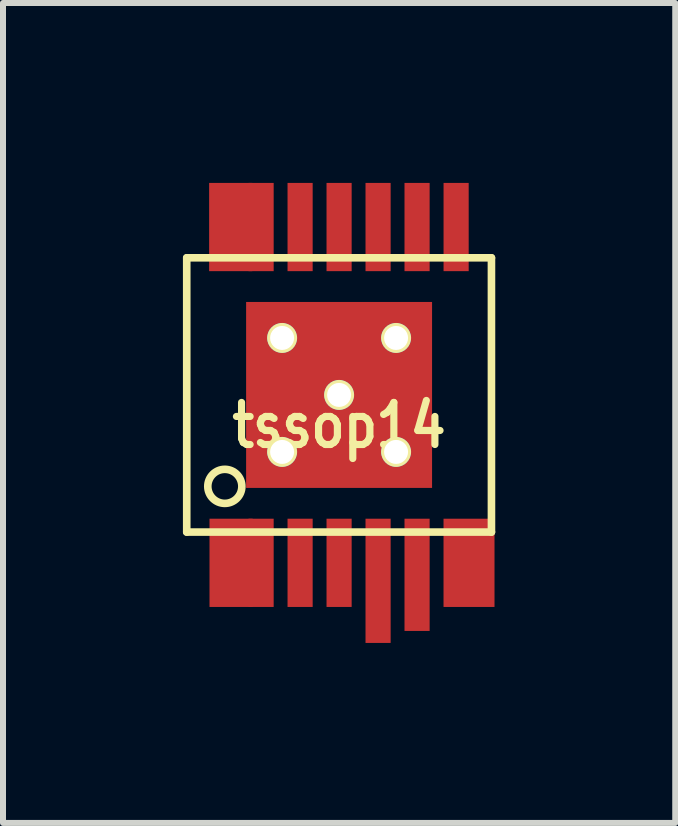
<source format=kicad_pcb>
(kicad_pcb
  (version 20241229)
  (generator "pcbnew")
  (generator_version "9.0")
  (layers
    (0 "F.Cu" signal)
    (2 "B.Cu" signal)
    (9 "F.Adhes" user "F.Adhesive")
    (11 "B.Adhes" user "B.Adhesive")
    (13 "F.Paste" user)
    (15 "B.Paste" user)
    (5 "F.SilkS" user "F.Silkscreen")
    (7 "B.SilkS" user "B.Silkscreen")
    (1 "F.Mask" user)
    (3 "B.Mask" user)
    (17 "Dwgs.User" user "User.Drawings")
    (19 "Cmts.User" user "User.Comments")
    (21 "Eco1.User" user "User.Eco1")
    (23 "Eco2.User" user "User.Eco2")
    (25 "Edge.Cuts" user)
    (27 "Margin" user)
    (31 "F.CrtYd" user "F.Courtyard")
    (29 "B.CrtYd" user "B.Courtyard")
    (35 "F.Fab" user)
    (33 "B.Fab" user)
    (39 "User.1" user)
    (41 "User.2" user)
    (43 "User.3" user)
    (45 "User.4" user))
  (footprint "tssop14"
    (layer "F.Cu")
    (at 2.603 3.534)
    (property "Reference" "tssop14" (at 0 0.508 0) (layer "F.SilkS") (effects (font (size 0.701 0.599) (thickness 0.119))))
    (attr smd)
    (fp_line (start -2.54 -2.286) (end -2.54 2.286) (stroke (width 0.127) (type solid)) (layer "F.SilkS"))
    (fp_line (start -2.54 2.286) (end 2.54 2.286) (stroke (width 0.127) (type solid)) (layer "F.SilkS"))
    (fp_line (start 2.54 -2.286) (end -2.54 -2.286) (stroke (width 0.127) (type solid)) (layer "F.SilkS"))
    (fp_line (start 2.54 2.286) (end 2.54 -2.286) (stroke (width 0.127) (type solid)) (layer "F.SilkS"))
    (fp_circle (center -1.905 1.524) (end -2.032 1.778) (stroke (width 0.127) (type solid)) (fill no) (layer "F.SilkS"))
    (pad "" thru_hole circle (at -0.95 -0.95) (size 0.5 0.5) (drill 0.4) (layers "*.Cu" "*.Mask" "F.SilkS"))
    (pad "" thru_hole circle (at -0.95 0.95) (size 0.5 0.5) (drill 0.4) (layers "*.Cu" "*.Mask" "F.SilkS"))
    (pad "" thru_hole circle (at 0 0) (size 0.5 0.5) (drill 0.4) (layers "*.Cu" "*.Mask" "F.SilkS"))
    (pad "" smd rect (at 0 0) (size 3.1 3.1) (layers "F.Cu" "F.Mask" "F.Paste"))
    (pad "" thru_hole circle (at 0.95 -0.95) (size 0.5 0.5) (drill 0.4) (layers "*.Cu" "*.Mask" "F.SilkS"))
    (pad "" thru_hole circle (at 0.95 0.95) (size 0.5 0.5) (drill 0.4) (layers "*.Cu" "*.Mask" "F.SilkS"))
    (pad "1" smd rect (at -1.801 2.799) (size 0.719 1.471) (layers "F.Cu" "F.Mask" "F.Paste"))
    (pad "2" smd rect (at -1.3 2.799) (size 0.419 1.471) (layers "F.Cu" "F.Mask" "F.Paste"))
    (pad "3" smd rect (at -0.65 2.799) (size 0.419 1.471) (layers "F.Cu" "F.Mask" "F.Paste"))
    (pad "4" smd rect (at 0 2.799) (size 0.419 1.471) (layers "F.Cu" "F.Mask" "F.Paste"))
    (pad "5" smd rect (at 0.65 3.099) (size 0.419 2.071) (layers "F.Cu" "F.Mask" "F.Paste"))
    (pad "6" smd rect (at 1.3 2.999) (size 0.419 1.871) (layers "F.Cu" "F.Mask" "F.Paste"))
    (pad "7" smd rect (at 2.166 2.799) (size 0.85 1.471) (layers "F.Cu" "F.Mask" "F.Paste"))
    (pad "8" smd rect (at 1.951 -2.799) (size 0.419 1.471) (layers "F.Cu" "F.Mask" "F.Paste"))
    (pad "9" smd rect (at 1.3 -2.799) (size 0.419 1.471) (layers "F.Cu" "F.Mask" "F.Paste"))
    (pad "10" smd rect (at 0.65 -2.799) (size 0.419 1.471) (layers "F.Cu" "F.Mask" "F.Paste"))
    (pad "11" smd rect (at 0 -2.799) (size 0.419 1.471) (layers "F.Cu" "F.Mask" "F.Paste"))
    (pad "12" smd rect (at -0.65 -2.799) (size 0.419 1.471) (layers "F.Cu" "F.Mask" "F.Paste"))
    (pad "13" smd rect (at -1.3 -2.799) (size 0.419 1.471) (layers "F.Cu" "F.Mask" "F.Paste"))
    (pad "14" smd rect (at -1.807 -2.799) (size 0.719 1.471) (layers "F.Cu" "F.Mask" "F.Paste")))
  (gr_rect
    (start -3 -3)
    (end 8.207 10.669)
    (stroke (width 0.1) (type default))
    (fill no)
    (layer "Edge.Cuts")))
</source>
